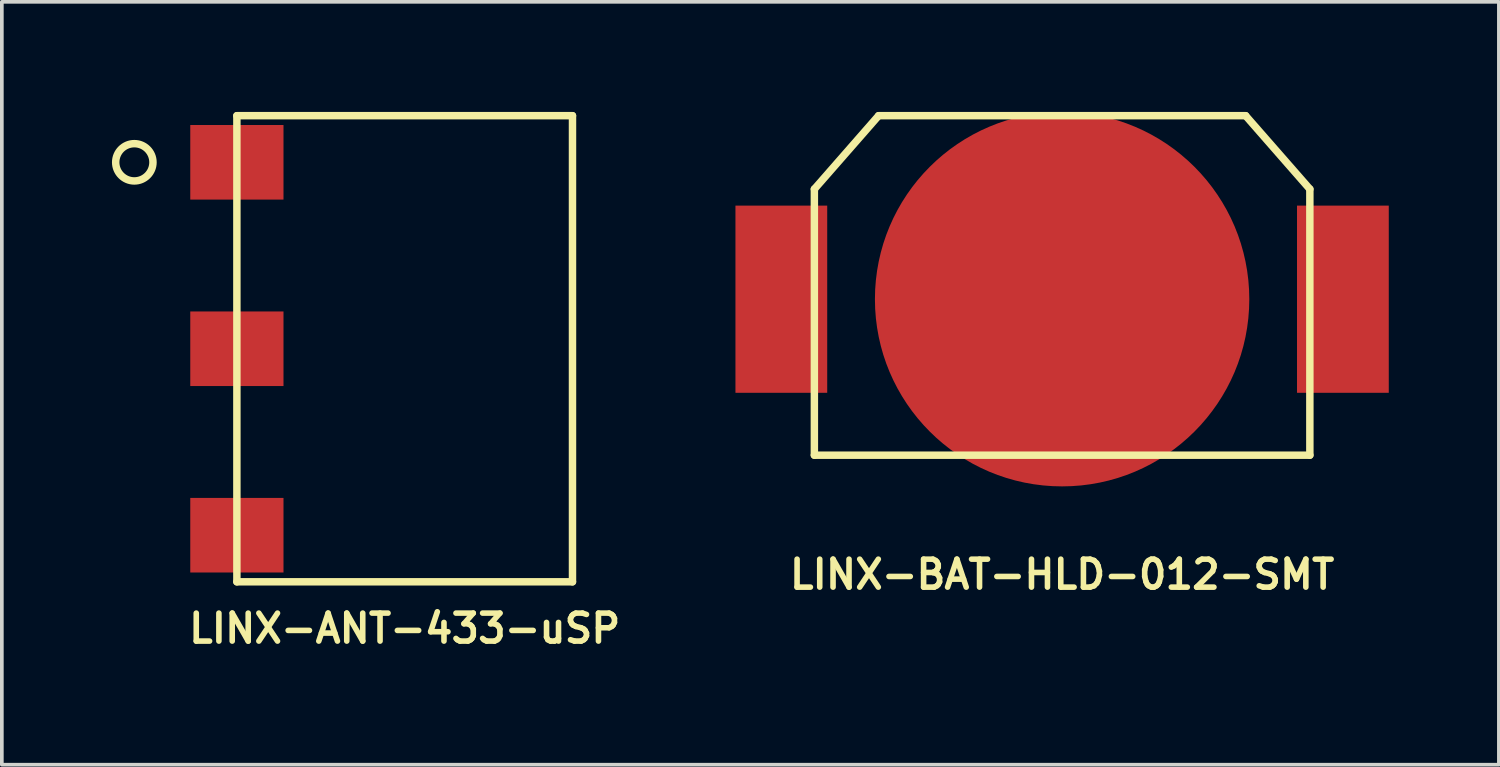
<source format=kicad_pcb>
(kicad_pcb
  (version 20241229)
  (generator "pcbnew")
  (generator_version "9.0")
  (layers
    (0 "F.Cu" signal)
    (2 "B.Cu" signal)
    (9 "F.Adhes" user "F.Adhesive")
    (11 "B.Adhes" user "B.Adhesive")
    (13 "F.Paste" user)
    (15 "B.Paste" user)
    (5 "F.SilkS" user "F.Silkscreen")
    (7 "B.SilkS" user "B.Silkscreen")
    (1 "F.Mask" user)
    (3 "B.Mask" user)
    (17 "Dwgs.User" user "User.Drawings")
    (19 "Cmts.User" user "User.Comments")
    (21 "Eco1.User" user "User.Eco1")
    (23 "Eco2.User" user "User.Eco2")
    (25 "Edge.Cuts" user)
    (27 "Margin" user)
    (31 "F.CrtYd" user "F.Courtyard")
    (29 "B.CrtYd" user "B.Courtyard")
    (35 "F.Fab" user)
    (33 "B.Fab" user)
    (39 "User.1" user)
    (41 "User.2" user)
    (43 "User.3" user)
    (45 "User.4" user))
  (footprint "LINX-BAT-HLD-012-SMT"
    (layer "F.Cu")
    (at 25.888 5.102)
    (property "Reference" "LINX-BAT-HLD-012-SMT" (at 0 7.5 0) (layer "F.SilkS") (effects (font (size 0.762 0.762) (thickness 0.152))))
    (attr smd)
    (fp_line (start -6.75 -3) (end -5 -5) (stroke (width 0.203) (type solid)) (layer "F.SilkS"))
    (fp_line (start -6.75 4.25) (end -6.75 -3) (stroke (width 0.203) (type solid)) (layer "F.SilkS"))
    (fp_line (start -5 -5) (end 5 -5) (stroke (width 0.203) (type solid)) (layer "F.SilkS"))
    (fp_line (start 5 -5) (end 6.75 -3) (stroke (width 0.203) (type solid)) (layer "F.SilkS"))
    (fp_line (start 6.75 -3) (end 6.75 4.25) (stroke (width 0.203) (type solid)) (layer "F.SilkS"))
    (fp_line (start 6.75 4.25) (end -6.75 4.25) (stroke (width 0.203) (type solid)) (layer "F.SilkS"))
    (pad "1" smd rect (at -7.65 0) (size 2.5 5.1) (layers "F.Cu" "F.Mask"))
    (pad "1" smd rect (at 7.65 0) (size 2.5 5.1) (layers "F.Cu" "F.Mask"))
    (pad "2" smd circle (at 0 0) (size 10.2 10.2) (layers "F.Cu" "F.Mask")))
  (footprint "LINX-ANT-433-uSP"
    (layer "F.Cu")
    (at 7.976 6.452)
    (property "Reference" "LINX-ANT-433-uSP" (at 0 7.62 0) (layer "F.SilkS") (effects (font (size 0.762 0.762) (thickness 0.152))))
    (attr smd)
    (fp_line (start -4.572 -6.35) (end -4.572 6.35) (stroke (width 0.203) (type solid)) (layer "F.SilkS"))
    (fp_line (start -4.572 6.35) (end 4.572 6.35) (stroke (width 0.203) (type solid)) (layer "F.SilkS"))
    (fp_line (start 4.572 -6.35) (end -4.572 -6.35) (stroke (width 0.203) (type solid)) (layer "F.SilkS"))
    (fp_line (start 4.572 6.35) (end 4.572 -6.35) (stroke (width 0.203) (type solid)) (layer "F.SilkS"))
    (fp_circle (center -7.366 -5.08) (end -6.858 -5.08) (stroke (width 0.203) (type solid)) (fill no) (layer "F.SilkS"))
    (pad "1" smd rect (at -4.572 -5.08 90) (size 2.032 2.54) (layers "F.Cu" "F.Mask" "F.Paste"))
    (pad "2" smd rect (at -4.572 0 90) (size 2.032 2.54) (layers "F.Cu" "F.Mask" "F.Paste"))
    (pad "2" smd rect (at -4.572 5.08 90) (size 2.032 2.54) (layers "F.Cu" "F.Mask" "F.Paste")))
  (gr_rect
    (start -3 -3)
    (end 37.788 17.785)
    (stroke (width 0.1) (type default))
    (fill no)
    (layer "Edge.Cuts")))
</source>
